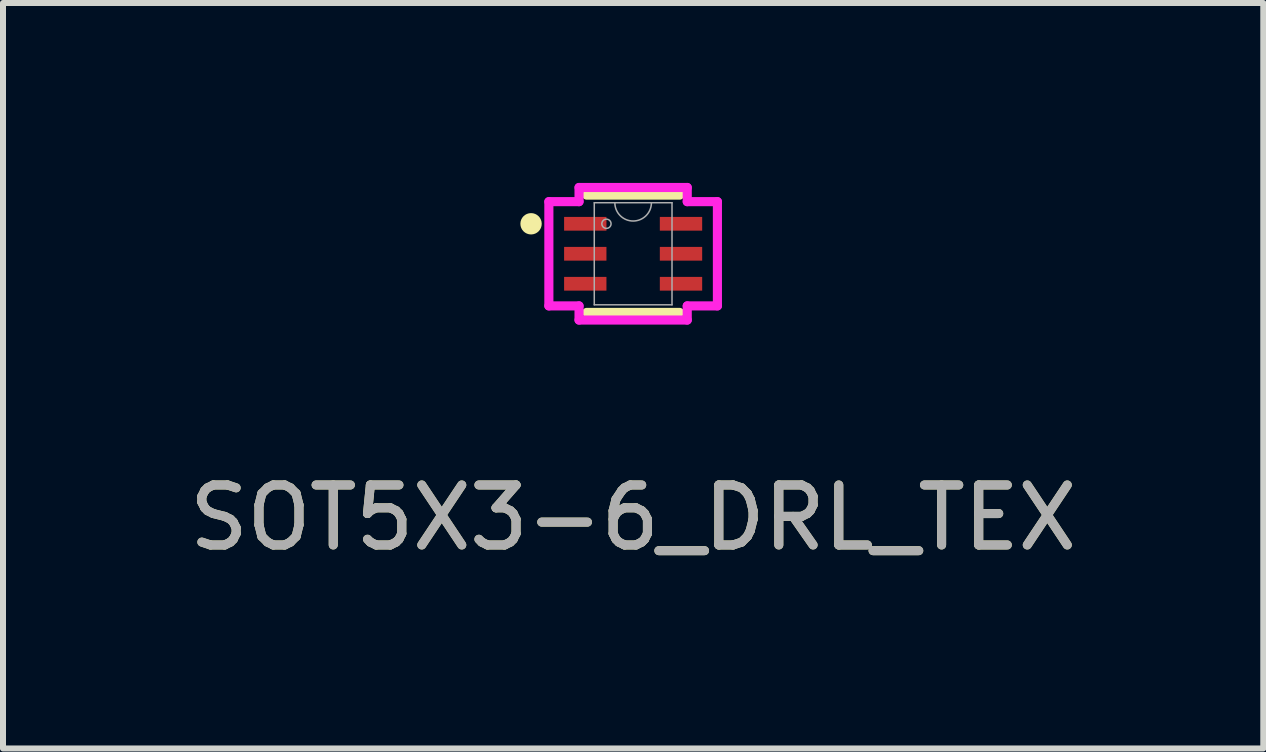
<source format=kicad_pcb>
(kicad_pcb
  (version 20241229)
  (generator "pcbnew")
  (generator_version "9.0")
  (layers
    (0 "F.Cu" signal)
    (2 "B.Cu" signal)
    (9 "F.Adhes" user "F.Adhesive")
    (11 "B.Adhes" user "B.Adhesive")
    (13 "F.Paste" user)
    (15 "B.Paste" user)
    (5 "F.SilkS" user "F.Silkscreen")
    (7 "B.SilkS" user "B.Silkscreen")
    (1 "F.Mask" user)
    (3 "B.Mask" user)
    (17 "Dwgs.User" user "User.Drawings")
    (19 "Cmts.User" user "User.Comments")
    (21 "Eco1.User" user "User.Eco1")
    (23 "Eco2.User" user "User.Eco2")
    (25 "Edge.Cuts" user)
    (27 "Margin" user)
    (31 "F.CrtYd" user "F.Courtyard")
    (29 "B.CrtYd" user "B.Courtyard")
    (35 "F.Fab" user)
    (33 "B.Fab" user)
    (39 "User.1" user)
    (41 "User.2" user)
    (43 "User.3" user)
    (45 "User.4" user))
  (footprint "SOT5X3-6_DRL_TEX"
    (layer "F.Cu")
    (at 7.506 1.181)
    (property "Reference" "SOT5X3-6_DRL_TEX" (at 0 4.4 0) (unlocked yes) (layer "F.SilkS") (effects (font (size 1 1) (thickness 0.15))))
    (attr smd)
    (fp_line (start -0.775 0.978) (end 0.775 0.978) (stroke (width 0.152) (type solid)) (layer "F.SilkS"))
    (fp_line (start 0.775 -0.978) (end -0.775 -0.978) (stroke (width 0.152) (type solid)) (layer "F.SilkS"))
    (fp_circle (center -1.702 -0.5) (end -1.6 -0.5) (stroke (width 0.152) (type solid)) (fill yes) (layer "F.SilkS"))
    (fp_line (start -1.405 -0.869) (end -0.902 -0.869) (stroke (width 0.152) (type solid)) (layer "F.CrtYd"))
    (fp_line (start -1.405 0.869) (end -1.405 -0.869) (stroke (width 0.152) (type solid)) (layer "F.CrtYd"))
    (fp_line (start -1.405 0.869) (end -0.902 0.869) (stroke (width 0.152) (type solid)) (layer "F.CrtYd"))
    (fp_line (start -0.902 -1.105) (end 0.902 -1.105) (stroke (width 0.152) (type solid)) (layer "F.CrtYd"))
    (fp_line (start -0.902 -0.869) (end -0.902 -1.105) (stroke (width 0.152) (type solid)) (layer "F.CrtYd"))
    (fp_line (start -0.902 1.105) (end -0.902 0.869) (stroke (width 0.152) (type solid)) (layer "F.CrtYd"))
    (fp_line (start 0.902 -1.105) (end 0.902 -0.869) (stroke (width 0.152) (type solid)) (layer "F.CrtYd"))
    (fp_line (start 0.902 0.869) (end 0.902 1.105) (stroke (width 0.152) (type solid)) (layer "F.CrtYd"))
    (fp_line (start 0.902 1.105) (end -0.902 1.105) (stroke (width 0.152) (type solid)) (layer "F.CrtYd"))
    (fp_line (start 1.405 -0.869) (end 0.902 -0.869) (stroke (width 0.152) (type solid)) (layer "F.CrtYd"))
    (fp_line (start 1.405 -0.869) (end 1.405 0.869) (stroke (width 0.152) (type solid)) (layer "F.CrtYd"))
    (fp_line (start 1.405 0.869) (end 0.902 0.869) (stroke (width 0.152) (type solid)) (layer "F.CrtYd"))
    (fp_line (start -0.648 -0.851) (end -0.648 0.851) (stroke (width 0.025) (type solid)) (layer "F.Fab"))
    (fp_line (start -0.648 0.851) (end 0.648 0.851) (stroke (width 0.025) (type solid)) (layer "F.Fab"))
    (fp_line (start 0.648 -0.851) (end -0.648 -0.851) (stroke (width 0.025) (type solid)) (layer "F.Fab"))
    (fp_line (start 0.648 0.851) (end 0.648 -0.851) (stroke (width 0.025) (type solid)) (layer "F.Fab"))
    (fp_arc (start 0.3048 -0.8509) (mid 0 -0.5461) (end -0.3048 -0.8509) (stroke (width 0.0254) (type solid)) (layer "F.Fab"))
    (fp_circle (center -0.445 -0.5) (end -0.368 -0.5) (stroke (width 0.025) (type solid)) (fill no) (layer "F.Fab"))
    (fp_text user "${REFERENCE}" (at 0 4.4 0) (unlocked yes) (layer "F.Fab") (effects (font (size 1 1) (thickness 0.15))))
    (pad "1" smd rect (at -0.798 -0.5) (size 0.706 0.229) (layers "F.Cu" "F.Mask" "F.Paste"))
    (pad "2" smd rect (at -0.798 0) (size 0.706 0.229) (layers "F.Cu" "F.Mask" "F.Paste"))
    (pad "3" smd rect (at -0.798 0.5) (size 0.706 0.229) (layers "F.Cu" "F.Mask" "F.Paste"))
    (pad "4" smd rect (at 0.798 0.5) (size 0.706 0.229) (layers "F.Cu" "F.Mask" "F.Paste"))
    (pad "5" smd rect (at 0.798 0) (size 0.706 0.229) (layers "F.Cu" "F.Mask" "F.Paste"))
    (pad "6" smd rect (at 0.798 -0.5) (size 0.706 0.229) (layers "F.Cu" "F.Mask" "F.Paste")))
  (gr_rect
    (start -3 -3)
    (end 18.012 9.429)
    (stroke (width 0.1) (type default))
    (fill no)
    (layer "Edge.Cuts")))
</source>
